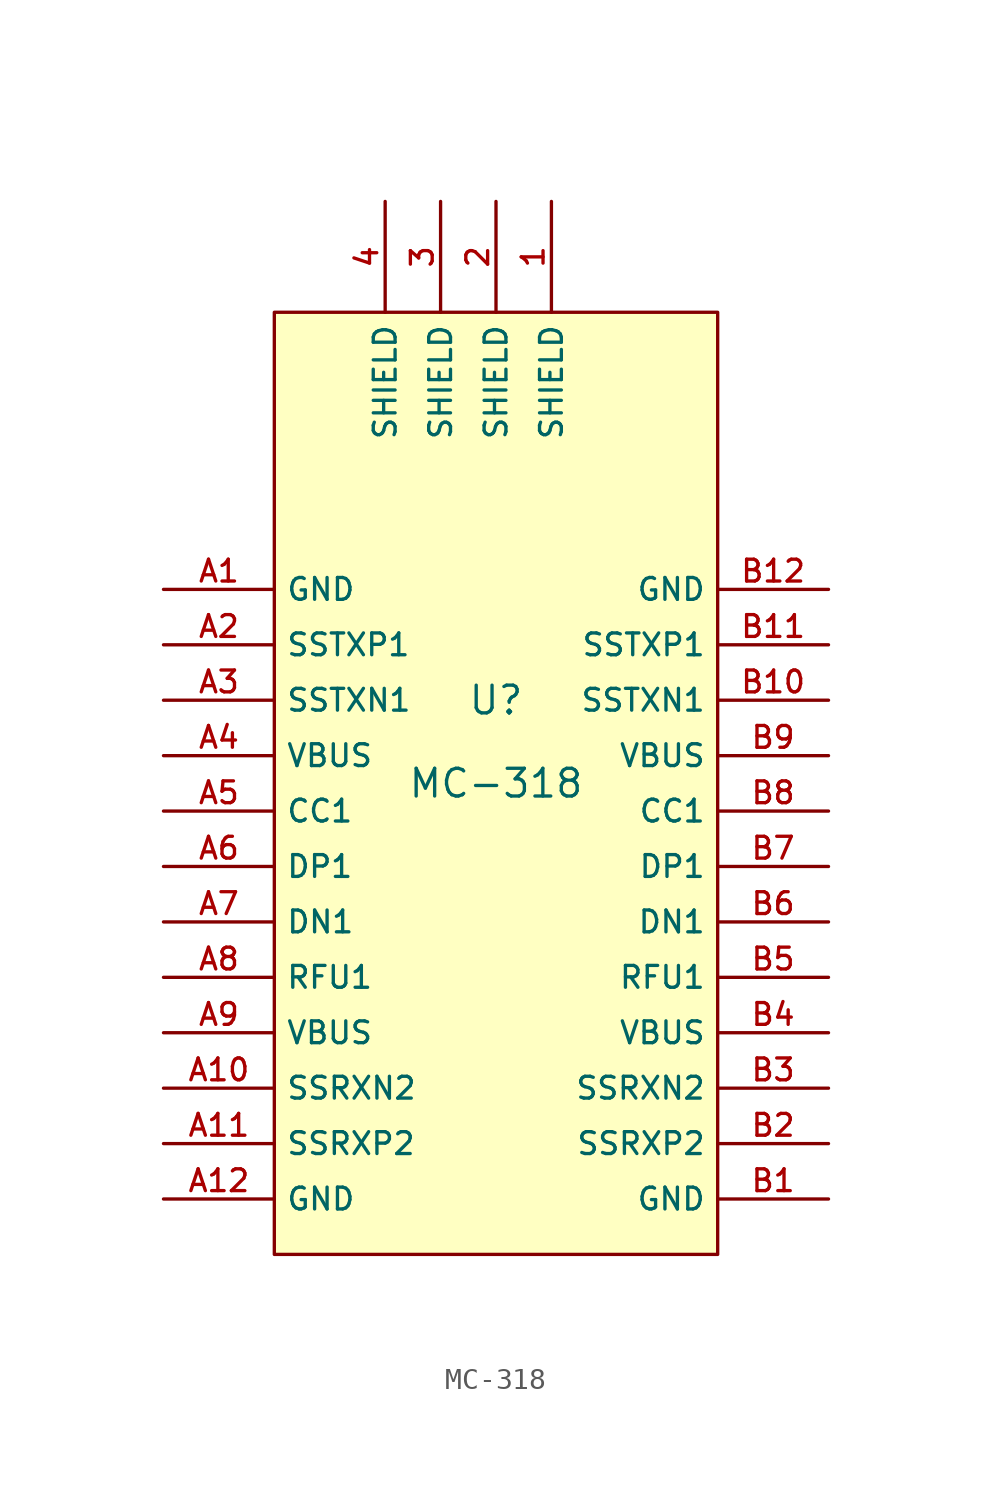
<source format=kicad_sym>
(kicad_symbol_lib
  (version 20210201)
  (generator TousstNicolas/JLC2KiCad_lib)
  (symbol "MC-318"
    (property "Reference" "U"
      (at 0 1.27 0)
      (effects (font (size 1.27 1.27))))
    (property "Value" "MC-318"
      (at 0 -2.54 0)
      (effects (font (size 1.27 1.27))))
    (symbol "MC-318_0_1"
      (pin unspecified line (at -15.24 6.35 0) (length 5.08) (name "GND" (effects (font (size 1 1)))) (number "A1" (effects (font (size 1 1)))))
      (pin unspecified line (at -15.24 -1.27 0) (length 5.08) (name "VBUS" (effects (font (size 1 1)))) (number "A4" (effects (font (size 1 1)))))
      (pin unspecified line (at -15.24 -3.81 0) (length 5.08) (name "CC1" (effects (font (size 1 1)))) (number "A5" (effects (font (size 1 1)))))
      (pin unspecified line (at -15.24 -6.35 0) (length 5.08) (name "DP1" (effects (font (size 1 1)))) (number "A6" (effects (font (size 1 1)))))
      (pin unspecified line (at -15.24 -8.89 0) (length 5.08) (name "DN1" (effects (font (size 1 1)))) (number "A7" (effects (font (size 1 1)))))
      (pin unspecified line (at -15.24 -13.97 0) (length 5.08) (name "VBUS" (effects (font (size 1 1)))) (number "A9" (effects (font (size 1 1)))))
      (pin unspecified line (at -15.24 -21.59 0) (length 5.08) (name "GND" (effects (font (size 1 1)))) (number "A12" (effects (font (size 1 1)))))
      (pin unspecified line (at 15.24 -21.59 180) (length 5.08) (name "GND" (effects (font (size 1 1)))) (number "B1" (effects (font (size 1 1)))))
      (pin unspecified line (at 15.24 -13.97 180) (length 5.08) (name "VBUS" (effects (font (size 1 1)))) (number "B4" (effects (font (size 1 1)))))
      (pin unspecified line (at 15.24 -11.43 180) (length 5.08) (name "RFU1" (effects (font (size 1 1)))) (number "B5" (effects (font (size 1 1)))))
      (pin unspecified line (at 15.24 -8.89 180) (length 5.08) (name "DN1" (effects (font (size 1 1)))) (number "B6" (effects (font (size 1 1)))))
      (pin unspecified line (at 15.24 -6.35 180) (length 5.08) (name "DP1" (effects (font (size 1 1)))) (number "B7" (effects (font (size 1 1)))))
      (pin unspecified line (at 15.24 -1.27 180) (length 5.08) (name "VBUS" (effects (font (size 1 1)))) (number "B9" (effects (font (size 1 1)))))
      (pin unspecified line (at 15.24 6.35 180) (length 5.08) (name "GND" (effects (font (size 1 1)))) (number "B12" (effects (font (size 1 1)))))
      (pin unspecified line (at 2.54 24.13 270) (length 5.08) (name "SHIELD" (effects (font (size 1 1)))) (number "1" (effects (font (size 1 1)))))
      (pin unspecified line (at 0.0 24.13 270) (length 5.08) (name "SHIELD" (effects (font (size 1 1)))) (number "2" (effects (font (size 1 1)))))
      (pin unspecified line (at -2.54 24.13 270) (length 5.08) (name "SHIELD" (effects (font (size 1 1)))) (number "3" (effects (font (size 1 1)))))
      (pin unspecified line (at -5.08 24.13 270) (length 5.08) (name "SHIELD" (effects (font (size 1 1)))) (number "4" (effects (font (size 1 1)))))
      (rectangle (start -10.16 19.05) (end 10.16 -24.13) (stroke (width 0) (type default) (color 0 0 0 0)) (fill (type background)))
      (pin unspecified line (at -15.24 3.81 0) (length 5.08) (name "SSTXP1" (effects (font (size 1 1)))) (number "A2" (effects (font (size 1 1)))))
      (pin unspecified line (at -15.24 1.27 0) (length 5.08) (name "SSTXN1" (effects (font (size 1 1)))) (number "A3" (effects (font (size 1 1)))))
      (pin unspecified line (at -15.24 -11.43 0) (length 5.08) (name "RFU1" (effects (font (size 1 1)))) (number "A8" (effects (font (size 1 1)))))
      (pin unspecified line (at -15.24 -16.51 0) (length 5.08) (name "SSRXN2" (effects (font (size 1 1)))) (number "A10" (effects (font (size 1 1)))))
      (pin unspecified line (at -15.24 -19.05 0) (length 5.08) (name "SSRXP2" (effects (font (size 1 1)))) (number "A11" (effects (font (size 1 1)))))
      (pin unspecified line (at 15.24 -19.05 180) (length 5.08) (name "SSRXP2" (effects (font (size 1 1)))) (number "B2" (effects (font (size 1 1)))))
      (pin unspecified line (at 15.24 -16.51 180) (length 5.08) (name "SSRXN2" (effects (font (size 1 1)))) (number "B3" (effects (font (size 1 1)))))
      (pin unspecified line (at 15.24 -3.81 180) (length 5.08) (name "CC1" (effects (font (size 1 1)))) (number "B8" (effects (font (size 1 1)))))
      (pin unspecified line (at 15.24 1.27 180) (length 5.08) (name "SSTXN1" (effects (font (size 1 1)))) (number "B10" (effects (font (size 1 1)))))
      (pin unspecified line (at 15.24 3.81 180) (length 5.08) (name "SSTXP1" (effects (font (size 1 1)))) (number "B11" (effects (font (size 1 1))))))))
</source>
